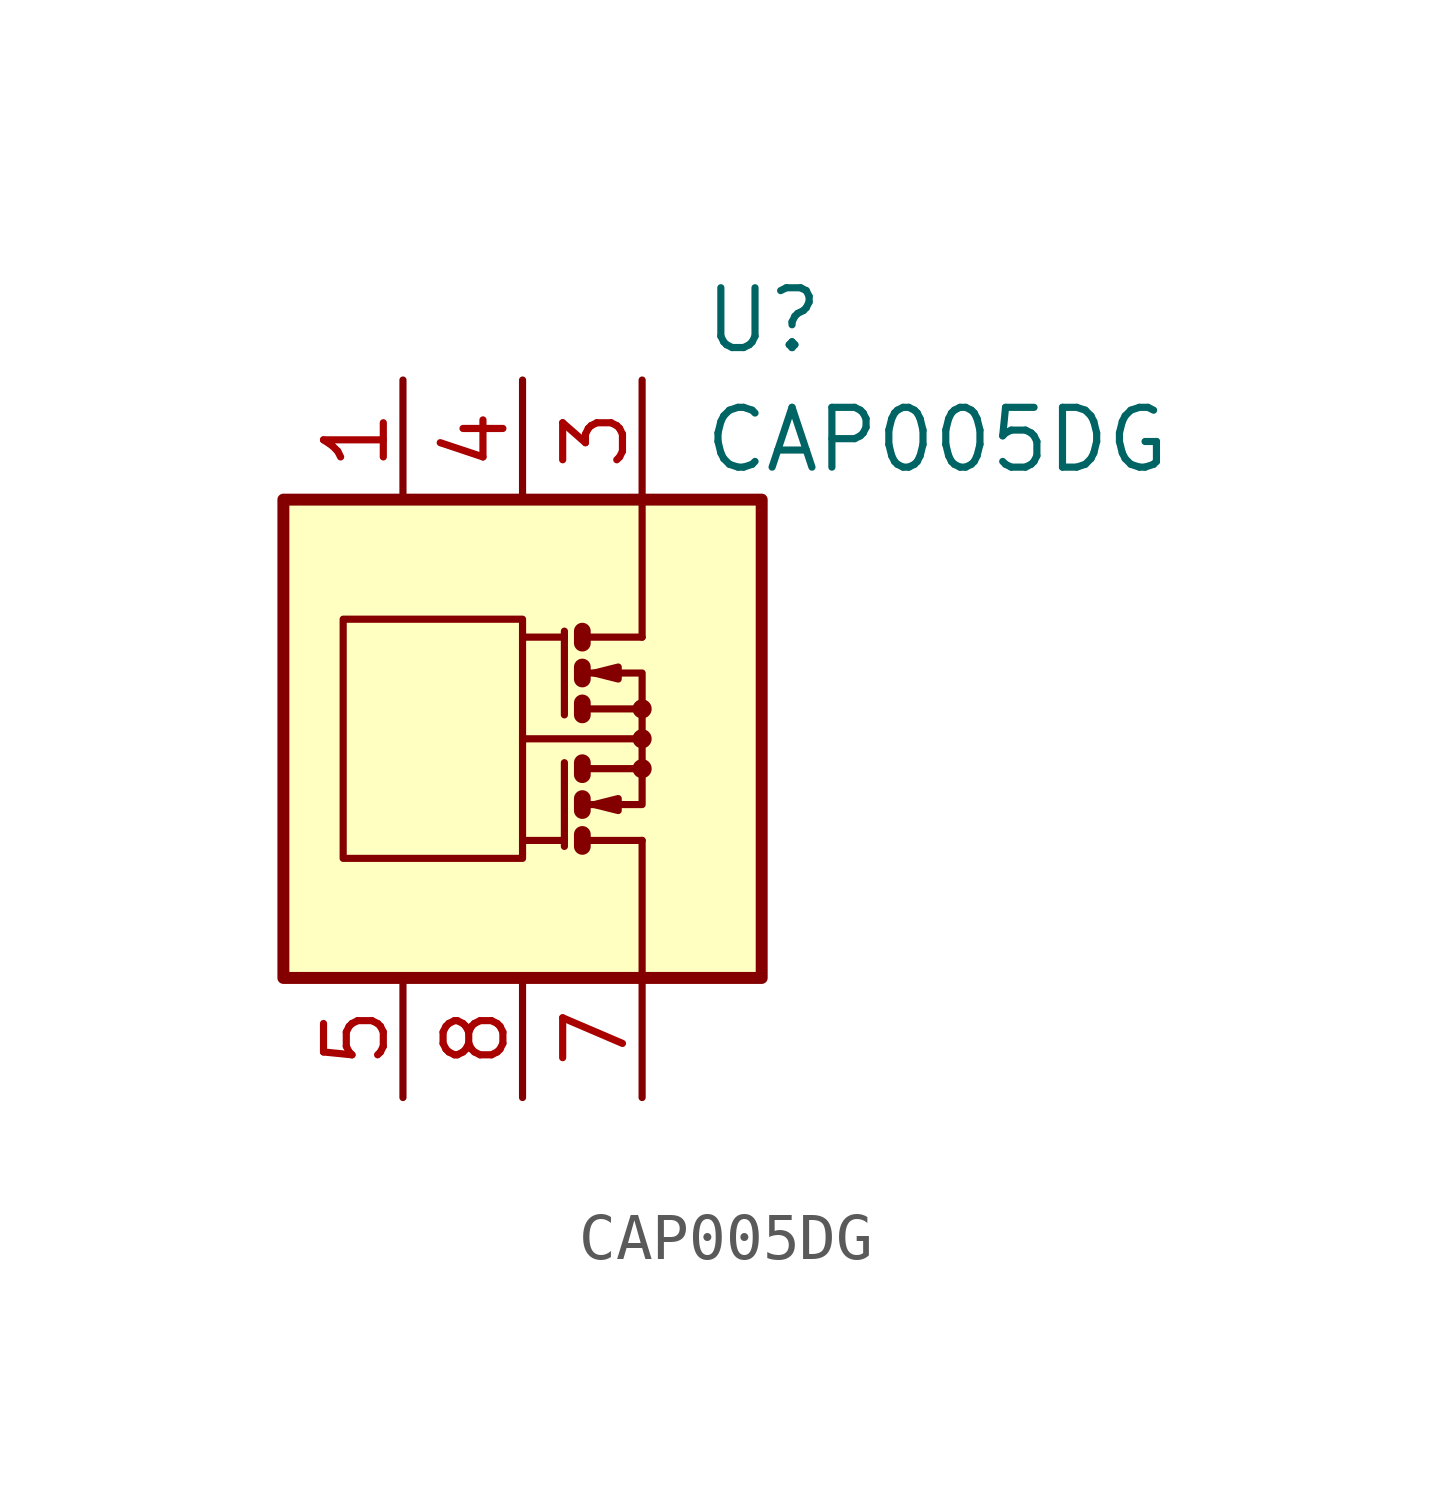
<source format=kicad_sym>
(kicad_symbol_lib
  (version 20220914)
  (generator kicad_db_lib)
  (symbol "CAP005DG"
    (pin_names
      (offset 1.27))
    (property "Reference" "U"
      (at 3.81 8.89 0)
      (effects (font (size 1.27 1.27)) (justify left)))
    (property "Value" "CAP005DG"
      (at 3.81 6.35 0)
      (effects (font (size 1.27 1.27)) (justify left)))
    (symbol "CAP005DG_0_1"
      (rectangle (start -5.08 5.08) (end 5.08 -5.08) (stroke (width 0.254) (type default)) (fill (type background)))
      (rectangle (start -3.81 2.54) (end 0 -2.54) (stroke (width 0) (type default)) (fill (type none)))
      (polyline (pts (xy 0.889 -2.159) (xy 0 -2.159)) (stroke (width 0) (type default)) (fill (type none)))
      (polyline (pts (xy 0.889 -0.508) (xy 0.889 -2.286)) (stroke (width 0) (type default)) (fill (type none)))
      (polyline (pts (xy 0.889 2.159) (xy 0 2.159)) (stroke (width 0) (type default)) (fill (type none)))
      (polyline (pts (xy 0.889 2.286) (xy 0.889 0.508)) (stroke (width 0) (type default)) (fill (type none)))
      (polyline (pts (xy 1.27 -2.159) (xy 2.54 -2.159)) (stroke (width 0) (type default)) (fill (type none)))
      (polyline (pts (xy 1.27 2.159) (xy 2.54 2.159)) (stroke (width 0) (type default)) (fill (type none)))
      (polyline (pts (xy 2.413 0) (xy 0 0)) (stroke (width 0) (type default)) (fill (type none)))
      (polyline (pts (xy 2.54 -2.159) (xy 2.54 -5.08)) (stroke (width 0) (type default)) (fill (type none)))
      (polyline (pts (xy 1.27 -2.032) (xy 1.27 -2.286) (xy 1.27 -2.286)) (stroke (width 0.356) (type default)) (fill (type none)))
      (polyline (pts (xy 1.27 -1.27) (xy 1.27 -1.524) (xy 1.27 -1.524)) (stroke (width 0.356) (type default)) (fill (type none)))
      (polyline (pts (xy 1.27 0.762) (xy 1.27 0.508) (xy 1.27 0.508)) (stroke (width 0.356) (type default)) (fill (type none)))
      (polyline (pts (xy 1.27 1.524) (xy 1.27 1.27) (xy 1.27 1.27)) (stroke (width 0.356) (type default)) (fill (type none)))
      (polyline (pts (xy 1.27 2.286) (xy 1.27 2.032) (xy 1.27 2.032)) (stroke (width 0.356) (type default)) (fill (type none)))
      (polyline (pts (xy 1.397 -1.397) (xy 2.54 -1.397) (xy 2.54 -0.635)) (stroke (width 0) (type default)) (fill (type none)))
      (polyline (pts (xy 1.397 1.397) (xy 2.54 1.397) (xy 2.54 0.635)) (stroke (width 0) (type default)) (fill (type none)))
      (polyline (pts (xy 2.54 2.159) (xy 2.54 5.08) (xy 2.54 3.175)) (stroke (width 0) (type default)) (fill (type none)))
      (polyline (pts (xy 1.397 -0.635) (xy 2.54 -0.635) (xy 2.54 0.635) (xy 1.397 0.635)) (stroke (width 0) (type default)) (fill (type none)))
      (polyline (pts (xy 1.524 -1.397) (xy 2.032 -1.27) (xy 2.032 -1.524) (xy 1.524 -1.397)) (stroke (width 0) (type default)) (fill (type none)))
      (polyline (pts (xy 1.524 1.397) (xy 2.032 1.524) (xy 2.032 1.27) (xy 1.524 1.397)) (stroke (width 0) (type default)) (fill (type none)))
      (circle (center 2.54 -0.635) (radius 0.127) (stroke (width 0) (type default)) (fill (type none)))
      (circle (center 2.54 0) (radius 0.127) (stroke (width 0) (type default)) (fill (type none)))
      (circle (center 2.54 0.635) (radius 0.127) (stroke (width 0) (type default)) (fill (type none))))
    (symbol "CAP005DG_1_1"
      (polyline (pts (xy 1.27 -0.508) (xy 1.27 -0.762)) (stroke (width 0.356) (type default)) (fill (type none)))
      (pin passive line (at -2.54 7.62 270) (length 2.54) (name "~" (effects (font (size 1.27 1.27)))) (number "1" (effects (font (size 1.27 1.27)))))
      (pin passive line (at 2.54 7.62 270) (length 2.54) hide (name "~" (effects (font (size 1.27 1.27)))) (number "2" (effects (font (size 1.27 1.27)))))
      (pin passive line (at 2.54 7.62 270) (length 2.54) (name "~" (effects (font (size 1.27 1.27)))) (number "3" (effects (font (size 1.27 1.27)))))
      (pin passive line (at 0 7.62 270) (length 2.54) (name "~" (effects (font (size 1.27 1.27)))) (number "4" (effects (font (size 1.27 1.27)))))
      (pin passive line (at -2.54 -7.62 90) (length 2.54) (name "~" (effects (font (size 1.27 1.27)))) (number "5" (effects (font (size 1.27 1.27)))))
      (pin passive line (at 2.54 -7.62 90) (length 2.54) hide (name "~" (effects (font (size 1.27 1.27)))) (number "6" (effects (font (size 1.27 1.27)))))
      (pin passive line (at 2.54 -7.62 90) (length 2.54) (name "~" (effects (font (size 1.27 1.27)))) (number "7" (effects (font (size 1.27 1.27)))))
      (pin passive line (at 0 -7.62 90) (length 2.54) (name "~" (effects (font (size 1.27 1.27)))) (number "8" (effects (font (size 1.27 1.27))))))))
</source>
